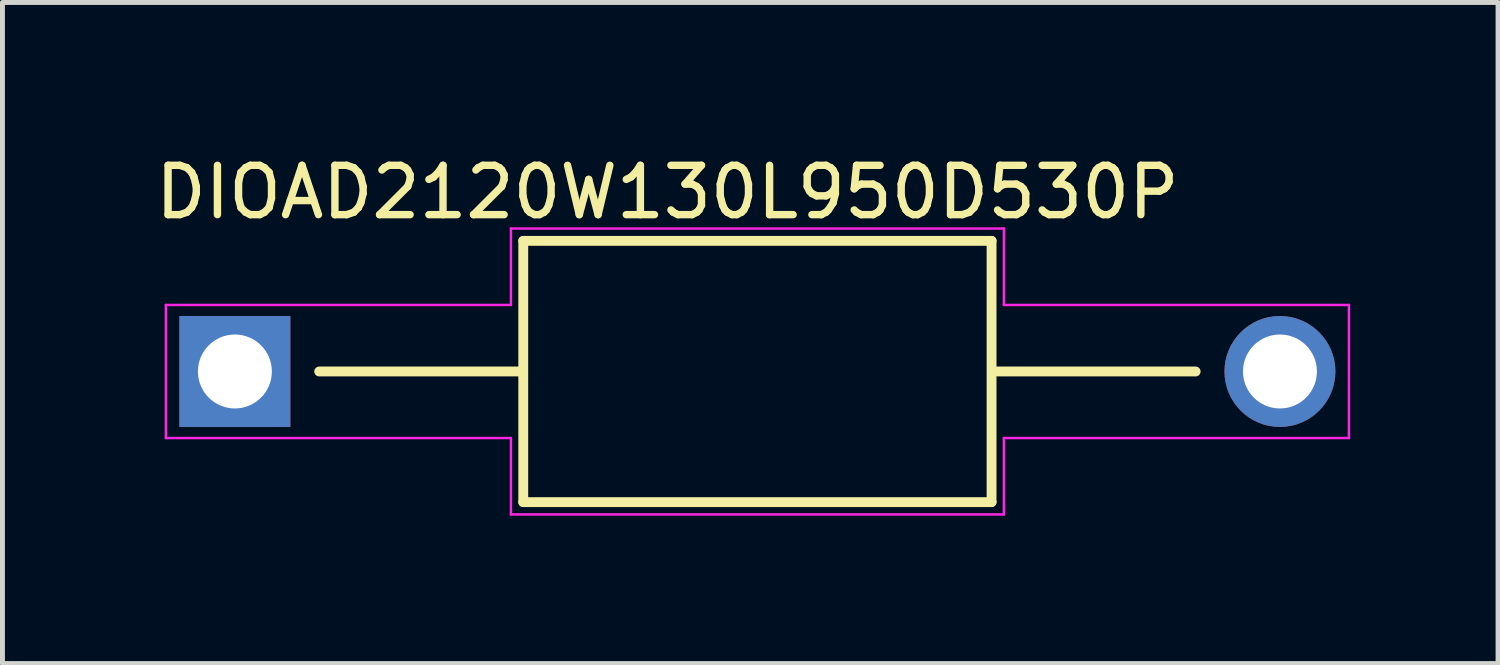
<source format=kicad_pcb>
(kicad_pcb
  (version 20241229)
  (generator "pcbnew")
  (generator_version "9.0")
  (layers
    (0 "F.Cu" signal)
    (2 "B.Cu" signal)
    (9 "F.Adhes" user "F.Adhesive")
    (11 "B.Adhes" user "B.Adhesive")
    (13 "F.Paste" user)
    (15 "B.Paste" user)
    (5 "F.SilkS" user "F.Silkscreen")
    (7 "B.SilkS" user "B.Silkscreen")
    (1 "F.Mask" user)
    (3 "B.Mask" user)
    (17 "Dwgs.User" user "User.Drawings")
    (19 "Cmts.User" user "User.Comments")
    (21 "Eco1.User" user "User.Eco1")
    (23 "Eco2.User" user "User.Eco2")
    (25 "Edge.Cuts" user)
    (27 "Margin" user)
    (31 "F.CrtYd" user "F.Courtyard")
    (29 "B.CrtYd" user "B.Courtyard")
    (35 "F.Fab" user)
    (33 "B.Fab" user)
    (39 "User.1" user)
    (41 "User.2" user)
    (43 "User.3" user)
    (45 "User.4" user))
  (footprint "DIOAD2120W130L950D530P"
    (layer "F.Cu")
    (at 12.315 4.486)
    (property "Reference" "DIOAD2120W130L950D530P" (at -1.826 -3.637 0) (layer "F.SilkS") (effects (font (size 1.001 1.001) (thickness 0.15))))
    (attr through_hole)
    (fp_line (start -8.89 0) (end -4.8 0) (stroke (width 0.2) (type solid)) (layer "F.SilkS"))
    (fp_line (start -4.75 -2.65) (end 4.75 -2.65) (stroke (width 0.2) (type solid)) (layer "F.SilkS"))
    (fp_line (start -4.75 2.65) (end -4.75 -2.65) (stroke (width 0.2) (type solid)) (layer "F.SilkS"))
    (fp_line (start 4.75 -2.65) (end 4.75 2.65) (stroke (width 0.2) (type solid)) (layer "F.SilkS"))
    (fp_line (start 4.75 2.65) (end -4.75 2.65) (stroke (width 0.2) (type solid)) (layer "F.SilkS"))
    (fp_line (start 8.89 0) (end 4.8 0) (stroke (width 0.2) (type solid)) (layer "F.SilkS"))
    (fp_line (start -12 -1.35) (end -5 -1.35) (stroke (width 0.05) (type solid)) (layer "F.CrtYd"))
    (fp_line (start -12 1.35) (end -12 -1.35) (stroke (width 0.05) (type solid)) (layer "F.CrtYd"))
    (fp_line (start -12 1.35) (end -5 1.35) (stroke (width 0.05) (type solid)) (layer "F.CrtYd"))
    (fp_line (start -5 -2.9) (end 5 -2.9) (stroke (width 0.05) (type solid)) (layer "F.CrtYd"))
    (fp_line (start -5 -1.35) (end -5 -2.9) (stroke (width 0.05) (type solid)) (layer "F.CrtYd"))
    (fp_line (start -5 1.35) (end -5 2.9) (stroke (width 0.05) (type solid)) (layer "F.CrtYd"))
    (fp_line (start 5 -1.35) (end 5 -2.9) (stroke (width 0.05) (type solid)) (layer "F.CrtYd"))
    (fp_line (start 5 1.35) (end 5 2.9) (stroke (width 0.05) (type solid)) (layer "F.CrtYd"))
    (fp_line (start 5 1.35) (end 12 1.35) (stroke (width 0.05) (type solid)) (layer "F.CrtYd"))
    (fp_line (start 5 2.9) (end -5 2.9) (stroke (width 0.05) (type solid)) (layer "F.CrtYd"))
    (fp_line (start 12 -1.35) (end 5 -1.35) (stroke (width 0.05) (type solid)) (layer "F.CrtYd"))
    (fp_line (start 12 -1.35) (end 12 1.35) (stroke (width 0.05) (type solid)) (layer "F.CrtYd"))
    (pad "A" thru_hole circle (at 10.6 0) (size 2.25 2.25) (drill 1.5) (layers "*.Cu" "*.Mask"))
    (pad "C" thru_hole rect (at -10.6 0) (size 2.25 2.25) (drill 1.5) (layers "*.Cu" "*.Mask")))
  (gr_rect
    (start -3 -3)
    (end 27.34 10.411)
    (stroke (width 0.1) (type default))
    (fill no)
    (layer "Edge.Cuts")))
</source>
